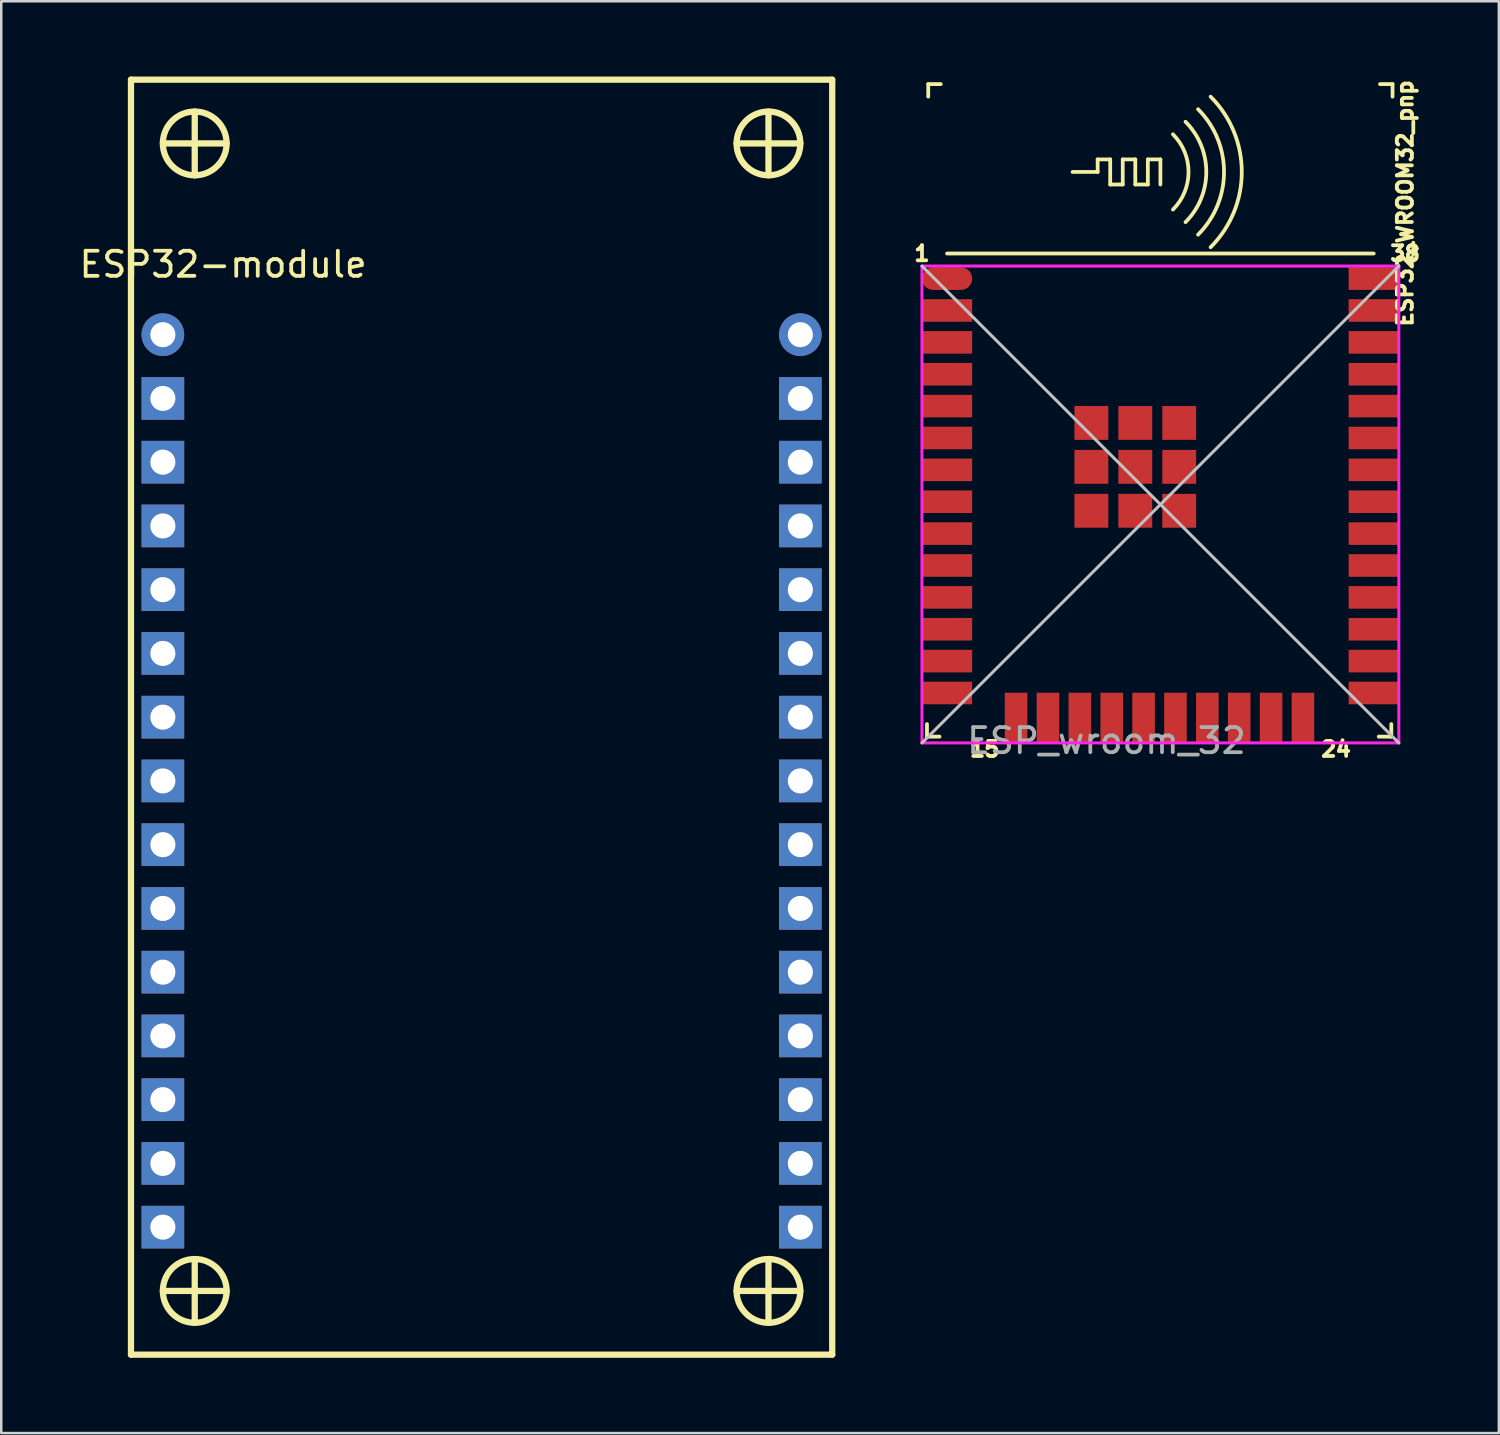
<source format=kicad_pcb>
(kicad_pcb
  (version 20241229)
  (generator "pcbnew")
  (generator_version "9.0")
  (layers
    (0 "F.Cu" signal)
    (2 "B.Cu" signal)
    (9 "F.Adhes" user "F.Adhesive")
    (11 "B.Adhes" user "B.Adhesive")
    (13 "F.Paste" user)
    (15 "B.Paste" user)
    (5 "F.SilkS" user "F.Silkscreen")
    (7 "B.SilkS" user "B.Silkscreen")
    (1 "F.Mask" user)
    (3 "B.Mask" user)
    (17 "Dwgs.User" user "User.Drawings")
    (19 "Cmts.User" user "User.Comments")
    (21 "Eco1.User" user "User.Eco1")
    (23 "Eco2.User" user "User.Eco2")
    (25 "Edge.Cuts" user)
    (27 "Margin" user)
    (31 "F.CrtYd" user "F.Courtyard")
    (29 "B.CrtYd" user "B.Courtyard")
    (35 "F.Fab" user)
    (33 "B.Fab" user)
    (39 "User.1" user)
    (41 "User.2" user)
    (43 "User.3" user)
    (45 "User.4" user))
  (footprint "ESP32_WROOM32_pnp"
    (layer "F.Cu")
    (at 43.185 17.051)
    (property "Reference" "ESP32_WROOM32_pnp" (at 9.75 -12 270) (layer "F.SilkS") (effects (font (size 0.6 0.6) (thickness 0.15))))
    (attr smd)
    (fp_line (start -9.3 9.25) (end -9.3 8.75) (stroke (width 0.15) (type solid)) (layer "F.SilkS"))
    (fp_line (start -9.3 9.25) (end -8.8 9.25) (stroke (width 0.15) (type solid)) (layer "F.SilkS"))
    (fp_line (start -9.25 -16.75) (end -9.25 -16.25) (stroke (width 0.15) (type solid)) (layer "F.SilkS"))
    (fp_line (start -9.25 -16.75) (end -8.75 -16.75) (stroke (width 0.15) (type solid)) (layer "F.SilkS"))
    (fp_line (start -8.5 -10) (end 8.5 -10) (stroke (width 0.15) (type solid)) (layer "F.SilkS"))
    (fp_line (start -3.5 -13.25) (end -2.5 -13.25) (stroke (width 0.15) (type solid)) (layer "F.SilkS"))
    (fp_line (start -2.5 -13.75) (end -2 -13.75) (stroke (width 0.15) (type solid)) (layer "F.SilkS"))
    (fp_line (start -2.5 -13.25) (end -2.5 -13.75) (stroke (width 0.15) (type solid)) (layer "F.SilkS"))
    (fp_line (start -2 -13.75) (end -2 -12.75) (stroke (width 0.15) (type solid)) (layer "F.SilkS"))
    (fp_line (start -2 -12.75) (end -1.5 -12.75) (stroke (width 0.15) (type solid)) (layer "F.SilkS"))
    (fp_line (start -1.5 -13.75) (end -1 -13.75) (stroke (width 0.15) (type solid)) (layer "F.SilkS"))
    (fp_line (start -1.5 -12.75) (end -1.5 -13.75) (stroke (width 0.15) (type solid)) (layer "F.SilkS"))
    (fp_line (start -1 -13.75) (end -1 -12.75) (stroke (width 0.15) (type solid)) (layer "F.SilkS"))
    (fp_line (start -1 -12.75) (end -0.5 -12.75) (stroke (width 0.15) (type solid)) (layer "F.SilkS"))
    (fp_line (start -0.5 -13.75) (end 0 -13.75) (stroke (width 0.15) (type solid)) (layer "F.SilkS"))
    (fp_line (start -0.5 -12.75) (end -0.5 -13.75) (stroke (width 0.15) (type solid)) (layer "F.SilkS"))
    (fp_line (start 0 -13.75) (end 0 -12.75) (stroke (width 0.15) (type solid)) (layer "F.SilkS"))
    (fp_line (start 9.2 9.25) (end 8.7 9.25) (stroke (width 0.15) (type solid)) (layer "F.SilkS"))
    (fp_line (start 9.2 9.25) (end 9.2 8.75) (stroke (width 0.15) (type solid)) (layer "F.SilkS"))
    (fp_line (start 9.25 -16.75) (end 8.75 -16.75) (stroke (width 0.15) (type solid)) (layer "F.SilkS"))
    (fp_line (start 9.25 -16.75) (end 9.25 -16.25) (stroke (width 0.15) (type solid)) (layer "F.SilkS"))
    (fp_arc (start 0.499999 -14.749999) (mid 1.121319 -13.25) (end 0.499999 -11.750001) (stroke (width 0.15) (type solid)) (layer "F.SilkS"))
    (fp_arc (start 0.999999 -15.249999) (mid 1.828426 -13.25) (end 0.999999 -11.250001) (stroke (width 0.15) (type solid)) (layer "F.SilkS"))
    (fp_arc (start 1.499999 -15.749999) (mid 2.535532 -13.25) (end 1.499999 -10.750001) (stroke (width 0.15) (type solid)) (layer "F.SilkS"))
    (fp_arc (start 1.999999 -16.249999) (mid 3.242639 -13.25) (end 1.999999 -10.250001) (stroke (width 0.15) (type solid)) (layer "F.SilkS"))
    (fp_line (start -9.5 -9.5) (end 9.5 9.5) (stroke (width 0.12) (type solid)) (layer "Dwgs.User"))
    (fp_line (start -9.5 9.5) (end 9.5 -9.5) (stroke (width 0.12) (type solid)) (layer "Dwgs.User"))
    (fp_line (start -9.5 -9.5) (end 9.5 -9.5) (stroke (width 0.12) (type solid)) (layer "F.CrtYd"))
    (fp_line (start -9.5 9.5) (end -9.5 -9.5) (stroke (width 0.12) (type solid)) (layer "F.CrtYd"))
    (fp_line (start 9.5 -9.5) (end 9.5 9.5) (stroke (width 0.12) (type solid)) (layer "F.CrtYd"))
    (fp_line (start 9.5 9.5) (end -9.5 9.5) (stroke (width 0.12) (type solid)) (layer "F.CrtYd"))
    (fp_text user "38" (at 9.75 -10 0) (layer "F.SilkS") (effects (font (size 0.6 0.6) (thickness 0.15))))
    (fp_text user "24" (at 7 9.75 0) (layer "F.SilkS") (effects (font (size 0.6 0.6) (thickness 0.15))))
    (fp_text user "1" (at -9.5 -10 0) (layer "F.SilkS") (effects (font (size 0.6 0.6) (thickness 0.15))))
    (fp_text user "15" (at -7 9.75 0) (layer "F.SilkS") (effects (font (size 0.6 0.6) (thickness 0.15))))
    (fp_text user "ESP_wroom_32" (at -2.15 9.415 0) (layer "F.Fab") (effects (font (size 1 1) (thickness 0.15))))
    (pad "1" smd oval (at -8.5 -9) (size 2 0.9) (layers "F.Cu" "F.Mask" "F.Paste"))
    (pad "2" smd rect (at -8.5 -7.73) (size 2 0.9) (layers "F.Cu" "F.Mask" "F.Paste"))
    (pad "3" smd rect (at -8.5 -6.46) (size 2 0.9) (layers "F.Cu" "F.Mask" "F.Paste"))
    (pad "4" smd rect (at -8.5 -5.19) (size 2 0.9) (layers "F.Cu" "F.Mask" "F.Paste"))
    (pad "5" smd rect (at -8.5 -3.92) (size 2 0.9) (layers "F.Cu" "F.Mask" "F.Paste"))
    (pad "6" smd rect (at -8.5 -2.65) (size 2 0.9) (layers "F.Cu" "F.Mask" "F.Paste"))
    (pad "7" smd rect (at -8.5 -1.38) (size 2 0.9) (layers "F.Cu" "F.Mask" "F.Paste"))
    (pad "8" smd rect (at -8.5 -0.11) (size 2 0.9) (layers "F.Cu" "F.Mask" "F.Paste"))
    (pad "9" smd rect (at -8.5 1.16) (size 2 0.9) (layers "F.Cu" "F.Mask" "F.Paste"))
    (pad "10" smd rect (at -8.5 2.43) (size 2 0.9) (layers "F.Cu" "F.Mask" "F.Paste"))
    (pad "11" smd rect (at -8.5 3.7) (size 2 0.9) (layers "F.Cu" "F.Mask" "F.Paste"))
    (pad "12" smd rect (at -8.5 4.97) (size 2 0.9) (layers "F.Cu" "F.Mask" "F.Paste"))
    (pad "13" smd rect (at -8.5 6.24) (size 2 0.9) (layers "F.Cu" "F.Mask" "F.Paste"))
    (pad "14" smd rect (at -8.5 7.51) (size 2 0.9) (layers "F.Cu" "F.Mask" "F.Paste"))
    (pad "15" smd rect (at -5.75 8.5) (size 0.9 2) (layers "F.Cu" "F.Mask" "F.Paste"))
    (pad "16" smd rect (at -4.48 8.5) (size 0.9 2) (layers "F.Cu" "F.Mask" "F.Paste"))
    (pad "17" smd rect (at -3.21 8.5) (size 0.9 2) (layers "F.Cu" "F.Mask" "F.Paste"))
    (pad "18" smd rect (at -1.94 8.5) (size 0.9 2) (layers "F.Cu" "F.Mask" "F.Paste"))
    (pad "19" smd rect (at -0.67 8.5) (size 0.9 2) (layers "F.Cu" "F.Mask" "F.Paste"))
    (pad "20" smd rect (at 0.6 8.5) (size 0.9 2) (layers "F.Cu" "F.Mask" "F.Paste"))
    (pad "21" smd rect (at 1.87 8.5) (size 0.9 2) (layers "F.Cu" "F.Mask" "F.Paste"))
    (pad "22" smd rect (at 3.14 8.5) (size 0.9 2) (layers "F.Cu" "F.Mask" "F.Paste"))
    (pad "23" smd rect (at 4.41 8.5) (size 0.9 2) (layers "F.Cu" "F.Mask" "F.Paste"))
    (pad "24" smd rect (at 5.68 8.5) (size 0.9 2) (layers "F.Cu" "F.Mask" "F.Paste"))
    (pad "25" smd rect (at 8.5 7.51) (size 2 0.9) (layers "F.Cu" "F.Mask" "F.Paste"))
    (pad "26" smd rect (at 8.5 6.24) (size 2 0.9) (layers "F.Cu" "F.Mask" "F.Paste"))
    (pad "27" smd rect (at 8.5 4.97) (size 2 0.9) (layers "F.Cu" "F.Mask" "F.Paste"))
    (pad "28" smd rect (at 8.5 3.7) (size 2 0.9) (layers "F.Cu" "F.Mask" "F.Paste"))
    (pad "29" smd rect (at 8.5 2.43) (size 2 0.9) (layers "F.Cu" "F.Mask" "F.Paste"))
    (pad "30" smd rect (at 8.5 1.16) (size 2 0.9) (layers "F.Cu" "F.Mask" "F.Paste"))
    (pad "31" smd rect (at 8.5 -0.11) (size 2 0.9) (layers "F.Cu" "F.Mask" "F.Paste"))
    (pad "32" smd rect (at 8.5 -1.38) (size 2 0.9) (layers "F.Cu" "F.Mask" "F.Paste"))
    (pad "33" smd rect (at 8.5 -2.65) (size 2 0.9) (layers "F.Cu" "F.Mask" "F.Paste"))
    (pad "34" smd rect (at 8.5 -3.92) (size 2 0.9) (layers "F.Cu" "F.Mask" "F.Paste"))
    (pad "35" smd rect (at 8.5 -5.19) (size 2 0.9) (layers "F.Cu" "F.Mask" "F.Paste"))
    (pad "36" smd rect (at 8.5 -6.46) (size 2 0.9) (layers "F.Cu" "F.Mask" "F.Paste"))
    (pad "37" smd rect (at 8.5 -7.73) (size 2 0.9) (layers "F.Cu" "F.Mask" "F.Paste"))
    (pad "38" smd rect (at 8.5 -9) (size 2 0.9) (layers "F.Cu" "F.Mask" "F.Paste"))
    (pad "39" smd rect (at -2.75 -3.25) (size 1.35 1.35) (layers "F.Cu" "F.Mask" "F.Paste"))
    (pad "39" smd rect (at -2.75 -1.5) (size 1.35 1.35) (layers "F.Cu" "F.Mask" "F.Paste"))
    (pad "39" smd rect (at -2.75 0.25) (size 1.35 1.35) (layers "F.Cu" "F.Mask" "F.Paste"))
    (pad "39" smd rect (at -1 -3.25) (size 1.35 1.35) (layers "F.Cu" "F.Mask" "F.Paste"))
    (pad "39" smd rect (at -1 -1.5) (size 1.35 1.35) (layers "F.Cu" "F.Mask" "F.Paste"))
    (pad "39" smd rect (at -1 0.25) (size 1.35 1.35) (layers "F.Cu" "F.Mask" "F.Paste"))
    (pad "39" smd rect (at 0.75 -3.25) (size 1.35 1.35) (layers "F.Cu" "F.Mask" "F.Paste"))
    (pad "39" smd rect (at 0.75 -1.5) (size 1.35 1.35) (layers "F.Cu" "F.Mask" "F.Paste"))
    (pad "39" smd rect (at 0.75 0.25) (size 1.35 1.35) (layers "F.Cu" "F.Mask" "F.Paste")))
  (footprint "ESP32-module"
    (layer "F.Cu")
    (at 3.439 10.285)
    (property "Reference" "ESP32-module" (at 2.4 -2.8 0) (layer "F.SilkS") (effects (font (size 1 1) (thickness 0.15))))
    (attr through_hole)
    (fp_line (start -1.27 -10.16) (end -1.27 40.64) (stroke (width 0.25) (type solid)) (layer "F.SilkS"))
    (fp_line (start -1.27 40.64) (end 26.67 40.64) (stroke (width 0.25) (type solid)) (layer "F.SilkS"))
    (fp_line (start 0 -7.62) (end 2.54 -7.62) (stroke (width 0.25) (type solid)) (layer "F.SilkS"))
    (fp_line (start 0 38.1) (end 2.54 38.1) (stroke (width 0.25) (type solid)) (layer "F.SilkS"))
    (fp_line (start 1.27 -8.89) (end 1.27 -6.35) (stroke (width 0.25) (type solid)) (layer "F.SilkS"))
    (fp_line (start 1.27 39.37) (end 1.27 36.83) (stroke (width 0.25) (type solid)) (layer "F.SilkS"))
    (fp_line (start 22.86 -7.62) (end 25.4 -7.62) (stroke (width 0.25) (type solid)) (layer "F.SilkS"))
    (fp_line (start 22.86 38.1) (end 25.4 38.1) (stroke (width 0.25) (type solid)) (layer "F.SilkS"))
    (fp_line (start 24.13 -8.89) (end 24.13 -6.35) (stroke (width 0.25) (type solid)) (layer "F.SilkS"))
    (fp_line (start 24.13 36.83) (end 24.13 39.37) (stroke (width 0.25) (type solid)) (layer "F.SilkS"))
    (fp_line (start 26.67 -10.16) (end -1.27 -10.16) (stroke (width 0.25) (type solid)) (layer "F.SilkS"))
    (fp_line (start 26.67 40.64) (end 26.67 -10.16) (stroke (width 0.25) (type solid)) (layer "F.SilkS"))
    (fp_circle (center 1.27 -7.62) (end 2.54 -7.62) (stroke (width 0.25) (type solid)) (fill no) (layer "F.SilkS"))
    (fp_circle (center 1.27 38.1) (end 2.54 38.1) (stroke (width 0.25) (type solid)) (fill no) (layer "F.SilkS"))
    (fp_circle (center 24.13 -7.62) (end 25.4 -7.62) (stroke (width 0.25) (type solid)) (fill no) (layer "F.SilkS"))
    (fp_circle (center 24.13 38.1) (end 25.4 38.1) (stroke (width 0.25) (type solid)) (fill no) (layer "F.SilkS"))
    (pad "1" thru_hole circle (at 0 0) (size 1.7 1.7) (drill 1) (layers "*.Cu" "*.Mask"))
    (pad "2" thru_hole rect (at 0 2.54) (size 1.7 1.7) (drill 1) (layers "*.Cu" "*.Mask"))
    (pad "3" thru_hole rect (at 0 5.08) (size 1.7 1.7) (drill 1) (layers "*.Cu" "*.Mask"))
    (pad "4" thru_hole rect (at 0 7.62) (size 1.7 1.7) (drill 1) (layers "*.Cu" "*.Mask"))
    (pad "5" thru_hole rect (at 0 10.16) (size 1.7 1.7) (drill 1) (layers "*.Cu" "*.Mask"))
    (pad "6" thru_hole rect (at 0 12.7) (size 1.7 1.7) (drill 1) (layers "*.Cu" "*.Mask"))
    (pad "7" thru_hole rect (at 0 15.24) (size 1.7 1.7) (drill 1) (layers "*.Cu" "*.Mask"))
    (pad "8" thru_hole rect (at 0 17.78) (size 1.7 1.7) (drill 1) (layers "*.Cu" "*.Mask"))
    (pad "9" thru_hole rect (at 0 20.32) (size 1.7 1.7) (drill 1) (layers "*.Cu" "*.Mask"))
    (pad "10" thru_hole rect (at 0 22.86) (size 1.7 1.7) (drill 1) (layers "*.Cu" "*.Mask"))
    (pad "11" thru_hole rect (at 0 25.4) (size 1.7 1.7) (drill 1) (layers "*.Cu" "*.Mask"))
    (pad "12" thru_hole rect (at 0 27.94) (size 1.7 1.7) (drill 1) (layers "*.Cu" "*.Mask"))
    (pad "13" thru_hole rect (at 0 30.48) (size 1.7 1.7) (drill 1) (layers "*.Cu" "*.Mask"))
    (pad "14" thru_hole rect (at 0 33.02) (size 1.7 1.7) (drill 1) (layers "*.Cu" "*.Mask"))
    (pad "15" thru_hole rect (at 0 35.56) (size 1.7 1.7) (drill 1) (layers "*.Cu" "*.Mask"))
    (pad "16" thru_hole circle (at 25.4 0) (size 1.7 1.7) (drill 1) (layers "*.Cu" "*.Mask"))
    (pad "17" thru_hole rect (at 25.4 2.54) (size 1.7 1.7) (drill 1) (layers "*.Cu" "*.Mask"))
    (pad "18" thru_hole rect (at 25.4 5.08) (size 1.7 1.7) (drill 1) (layers "*.Cu" "*.Mask"))
    (pad "19" thru_hole rect (at 25.4 7.62) (size 1.7 1.7) (drill 1) (layers "*.Cu" "*.Mask"))
    (pad "20" thru_hole rect (at 25.4 10.16) (size 1.7 1.7) (drill 1) (layers "*.Cu" "*.Mask"))
    (pad "21" thru_hole rect (at 25.4 12.7) (size 1.7 1.7) (drill 1) (layers "*.Cu" "*.Mask"))
    (pad "22" thru_hole rect (at 25.4 15.24) (size 1.7 1.7) (drill 1) (layers "*.Cu" "*.Mask"))
    (pad "23" thru_hole rect (at 25.4 17.78) (size 1.7 1.7) (drill 1) (layers "*.Cu" "*.Mask"))
    (pad "24" thru_hole rect (at 25.4 20.32) (size 1.7 1.7) (drill 1) (layers "*.Cu" "*.Mask"))
    (pad "25" thru_hole rect (at 25.4 22.86) (size 1.7 1.7) (drill 1) (layers "*.Cu" "*.Mask"))
    (pad "26" thru_hole rect (at 25.4 25.4) (size 1.7 1.7) (drill 1) (layers "*.Cu" "*.Mask"))
    (pad "27" thru_hole rect (at 25.4 27.94) (size 1.7 1.7) (drill 1) (layers "*.Cu" "*.Mask"))
    (pad "28" thru_hole rect (at 25.4 30.48) (size 1.7 1.7) (drill 1) (layers "*.Cu" "*.Mask"))
    (pad "29" thru_hole rect (at 25.4 33.02) (size 1.7 1.7) (drill 1) (layers "*.Cu" "*.Mask"))
    (pad "30" thru_hole rect (at 25.4 35.56) (size 1.7 1.7) (drill 1) (layers "*.Cu" "*.Mask")))
  (gr_rect
    (start -3 -3)
    (end 56.671 54.05)
    (stroke (width 0.1) (type default))
    (fill no)
    (layer "Edge.Cuts")))
</source>
